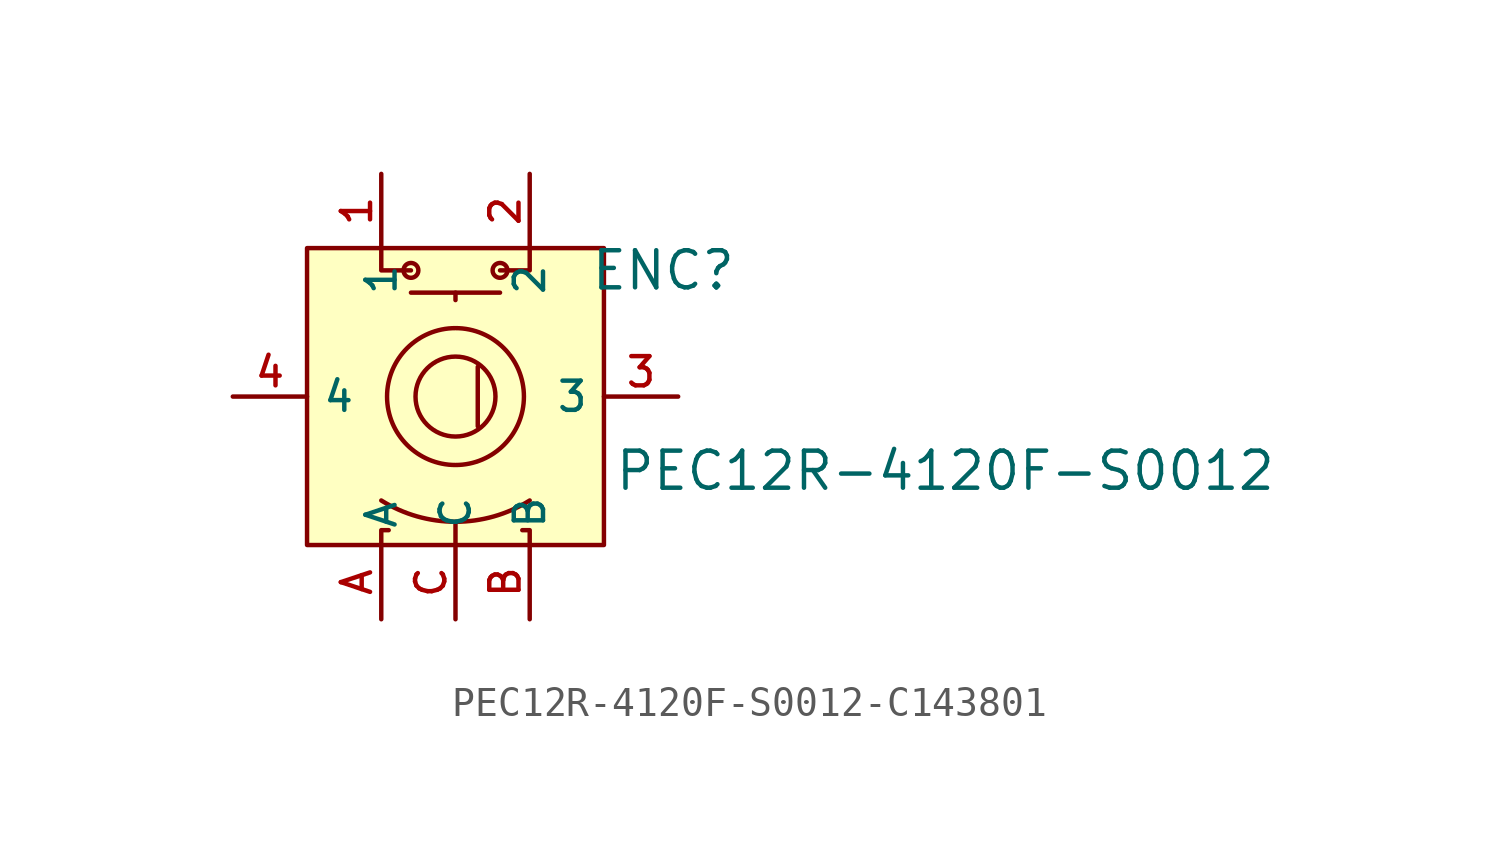
<source format=kicad_sym>
(kicad_symbol_lib
  (version 20231120)
  (generator "kicad_symbol_editor")
  (generator_version "8.0")
  (symbol "PEC12R-4120F-S0012-C143801"
    (property "Reference" "ENC"
      (at 7.112 4.318 0)
      (effects (font (size 1.27 1.27))))
    (property "Value" "PEC12R-4120F-S0012"
      (at 16.764 -2.54 0)
      (effects (font (size 1.27 1.27))))
    (symbol "PEC12R-4120F-S0012-C143801_0_1"
      (rectangle (start -5.08 5.08) (end 5.08 -5.08) (stroke (width 0) (type default)) (fill (type background)))
      (arc (start -2.54 -3.556) (mid 0 -4.2845) (end 2.54 -3.556) (stroke (width 0) (type default)) (fill (type none)))
      (circle (center -1.524 4.318) (radius 0.254) (stroke (width 0) (type default)) (fill (type none)))
      (polyline (pts (xy -1.524 3.556) (xy 1.524 3.556)) (stroke (width 0) (type default)) (fill (type none)))
      (polyline (pts (xy 0 -5.08) (xy 0 -4.318)) (stroke (width 0) (type default)) (fill (type none)))
      (polyline (pts (xy 0 3.556) (xy 0 3.302)) (stroke (width 0) (type default)) (fill (type none)))
      (polyline (pts (xy 0.762 -1.016) (xy 0.762 1.016)) (stroke (width 0) (type default)) (fill (type none)))
      (polyline (pts (xy -2.54 -5.08) (xy -2.54 -4.572) (xy -2.286 -4.572)) (stroke (width 0) (type default)) (fill (type none)))
      (polyline (pts (xy -2.54 5.08) (xy -2.54 4.318) (xy -1.524 4.318)) (stroke (width 0) (type default)) (fill (type none)))
      (polyline (pts (xy 2.54 -5.08) (xy 2.54 -4.572) (xy 2.286 -4.572)) (stroke (width 0) (type default)) (fill (type none)))
      (polyline (pts (xy 2.54 5.08) (xy 2.54 4.318) (xy 1.524 4.318)) (stroke (width 0) (type default)) (fill (type none)))
      (circle (center 0 0) (radius 1.368) (stroke (width 0) (type default)) (fill (type none)))
      (circle (center 0 0) (radius 2.342) (stroke (width 0) (type default)) (fill (type none)))
      (circle (center 1.524 4.318) (radius 0.254) (stroke (width 0) (type default)) (fill (type none)))
      (pin passive line (at -2.54 7.62 270) (length 2.54) (name "1" (effects (font (size 1 1)))) (number "1" (effects (font (size 1 1)))))
      (pin passive line (at 2.54 7.62 270) (length 2.54) (name "2" (effects (font (size 1 1)))) (number "2" (effects (font (size 1 1)))))
      (pin passive line (at 7.62 0 180) (length 2.54) (name "3" (effects (font (size 1 1)))) (number "3" (effects (font (size 1 1)))))
      (pin passive line (at -7.62 0 0) (length 2.54) (name "4" (effects (font (size 1 1)))) (number "4" (effects (font (size 1 1)))))
      (pin passive line (at -2.54 -7.62 90) (length 2.54) (name "A" (effects (font (size 1 1)))) (number "A" (effects (font (size 1 1)))))
      (pin passive line (at 2.54 -7.62 90) (length 2.54) (name "B" (effects (font (size 1 1)))) (number "B" (effects (font (size 1 1)))))
      (pin passive line (at 0 -7.62 90) (length 2.54) (name "C" (effects (font (size 1 1)))) (number "C" (effects (font (size 1 1))))))))
</source>
